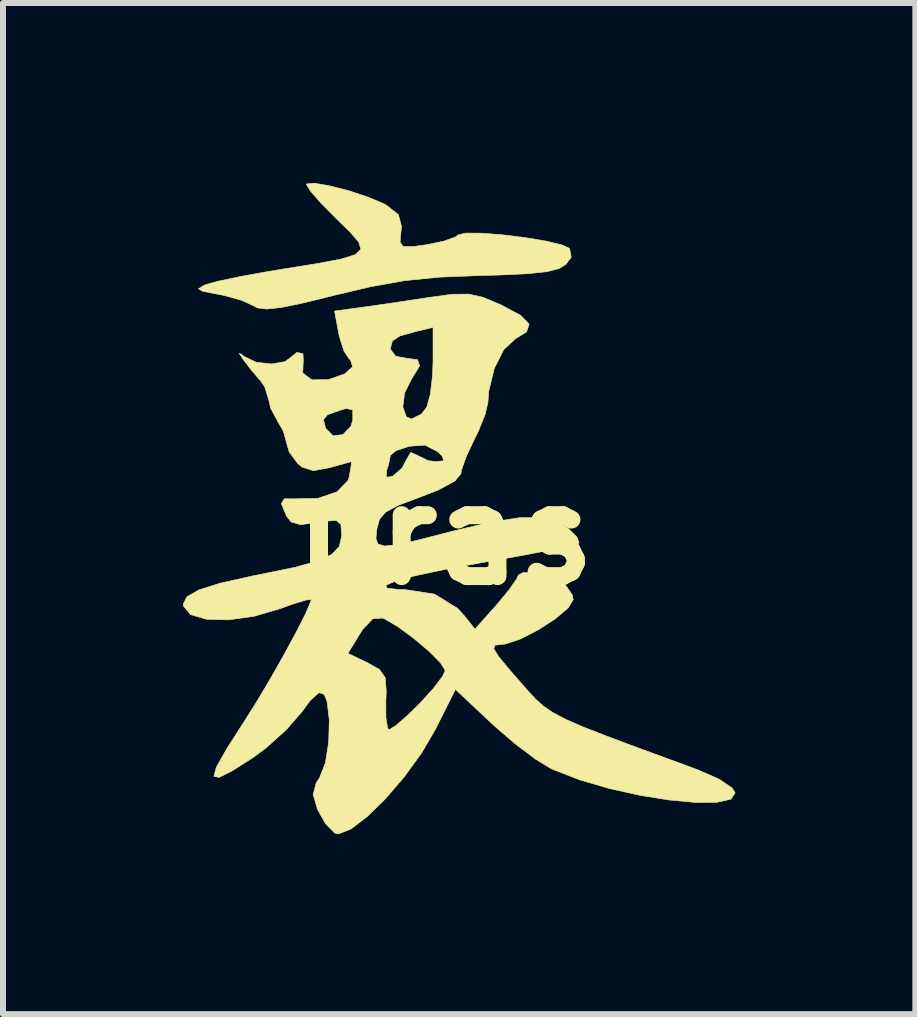
<source format=kicad_pcb>
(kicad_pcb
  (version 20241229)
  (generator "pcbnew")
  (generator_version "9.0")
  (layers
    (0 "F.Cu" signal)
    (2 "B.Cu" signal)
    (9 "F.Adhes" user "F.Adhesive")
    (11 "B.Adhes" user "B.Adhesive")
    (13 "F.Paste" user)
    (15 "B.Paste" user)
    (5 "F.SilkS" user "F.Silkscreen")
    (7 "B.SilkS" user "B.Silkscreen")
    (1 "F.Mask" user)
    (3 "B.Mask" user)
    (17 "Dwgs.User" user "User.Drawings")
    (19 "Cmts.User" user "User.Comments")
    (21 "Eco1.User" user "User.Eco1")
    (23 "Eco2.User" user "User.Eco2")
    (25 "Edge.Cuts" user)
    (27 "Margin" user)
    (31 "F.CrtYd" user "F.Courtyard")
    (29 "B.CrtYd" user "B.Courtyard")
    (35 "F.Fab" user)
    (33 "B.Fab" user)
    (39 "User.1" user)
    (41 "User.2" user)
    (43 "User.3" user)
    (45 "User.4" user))
  (footprint "uras"
    (layer "F.Cu")
    (at 4.374 5.867)
    (property "Reference" "uras" (at 0 0 0) (layer "F.SilkS") (effects (font (size 1.524 1.524) (thickness 0.3))))
    (attr through_hole)
    (fp_poly (pts (xy -1.925 -5.818) (xy -1.603 -5.735) (xy -1.28 -5.628) (xy -1.018 -5.516) (xy -0.983 -5.497) (xy -0.78 -5.338) (xy -0.729 -5.141) (xy -0.738 -5.051) (xy -0.753 -4.88) (xy -0.702 -4.807) (xy -0.534 -4.806) (xy -0.313 -4.836) (xy -0.023 -4.896) (xy 0.174 -4.967) (xy 0.212 -4.998) (xy 0.336 -5.03) (xy 0.601 -5.029) (xy 0.953 -5.002) (xy 1.333 -4.955) (xy 1.685 -4.896) (xy 1.953 -4.831) (xy 2.073 -4.775) (xy 2.101 -4.629) (xy 2.014 -4.511) (xy 1.898 -4.438) (xy 1.696 -4.387) (xy 1.375 -4.353) (xy 0.902 -4.331) (xy 0.596 -4.323) (xy -0.092 -4.296) (xy -0.675 -4.238) (xy -1.251 -4.135) (xy -1.841 -3.995) (xy -2.369 -3.865) (xy -2.737 -3.789) (xy -2.979 -3.764) (xy -3.13 -3.783) (xy -3.19 -3.815) (xy -3.394 -3.909) (xy -3.695 -3.992) (xy -3.787 -4.01) (xy -4.041 -4.059) (xy -4.116 -4.1) (xy -4.035 -4.152) (xy -3.982 -4.174) (xy -3.784 -4.228) (xy -3.441 -4.301) (xy -3.009 -4.38) (xy -2.72 -4.428) (xy -2.135 -4.522) (xy -1.733 -4.598) (xy -1.496 -4.672) (xy -1.406 -4.762) (xy -1.444 -4.884) (xy -1.594 -5.055) (xy -1.818 -5.273) (xy -2.073 -5.531) (xy -2.249 -5.734) (xy -2.314 -5.843) (xy -2.312 -5.85) (xy -2.182 -5.862) (xy -1.925 -5.818)) (stroke (width 0.01) (type solid)) (fill yes) (layer "F.SilkS"))
    (fp_poly (pts (xy 0.631 -3.959) (xy 0.918 -3.839) (xy 0.923 -3.837) (xy 1.257 -3.659) (xy 1.399 -3.513) (xy 1.356 -3.382) (xy 1.175 -3.272) (xy 0.977 -3.089) (xy 0.817 -2.771) (xy 0.724 -2.387) (xy 0.712 -2.206) (xy 0.666 -2.009) (xy 0.552 -1.725) (xy 0.488 -1.596) (xy 0.353 -1.309) (xy 0.271 -1.079) (xy 0.26 -1.016) (xy 0.161 -0.896) (xy -0.11 -0.749) (xy -0.422 -0.627) (xy -0.782 -0.491) (xy -0.992 -0.379) (xy -1.097 -0.257) (xy -1.141 -0.093) (xy -1.155 0.059) (xy -1.124 0.152) (xy -1.019 0.188) (xy -0.81 0.168) (xy -0.467 0.092) (xy 0.04 -0.038) (xy 0.096 -0.053) (xy 0.748 -0.208) (xy 1.243 -0.285) (xy 1.614 -0.285) (xy 1.891 -0.208) (xy 2.046 -0.11) (xy 2.198 0.041) (xy 2.232 0.138) (xy 2.231 0.139) (xy 2.117 0.175) (xy 1.838 0.236) (xy 1.431 0.317) (xy 0.932 0.408) (xy 0.658 0.456) (xy 0.011 0.574) (xy -0.485 0.68) (xy -0.821 0.77) (xy -0.988 0.841) (xy -0.976 0.89) (xy -0.775 0.913) (xy -0.674 0.914) (xy -0.179 0.99) (xy 0.203 1.225) (xy 0.324 1.358) (xy 0.496 1.574) (xy 0.858 1.168) (xy 1.06 0.925) (xy 1.191 0.738) (xy 1.219 0.673) (xy 1.302 0.629) (xy 1.5 0.643) (xy 1.739 0.702) (xy 1.946 0.791) (xy 1.997 0.826) (xy 2.117 1) (xy 2.134 1.081) (xy 2.049 1.221) (xy 1.836 1.401) (xy 1.551 1.586) (xy 1.254 1.738) (xy 1.003 1.822) (xy 0.939 1.829) (xy 0.83 1.841) (xy 0.809 1.899) (xy 0.89 2.031) (xy 1.088 2.27) (xy 1.219 2.419) (xy 1.375 2.598) (xy 1.506 2.74) (xy 1.639 2.859) (xy 1.798 2.967) (xy 2.009 3.078) (xy 2.298 3.204) (xy 2.69 3.357) (xy 3.211 3.552) (xy 3.886 3.799) (xy 4.208 3.918) (xy 4.566 4.074) (xy 4.784 4.223) (xy 4.834 4.304) (xy 4.763 4.409) (xy 4.532 4.461) (xy 4.178 4.464) (xy 3.736 4.423) (xy 3.242 4.344) (xy 2.733 4.23) (xy 2.243 4.087) (xy 1.808 3.918) (xy 1.756 3.894) (xy 1.5 3.738) (xy 1.168 3.487) (xy 0.825 3.192) (xy 0.777 3.148) (xy 0.171 2.578) (xy -0.164 3.245) (xy -0.395 3.64) (xy -0.682 4.036) (xy -0.994 4.399) (xy -1.301 4.7) (xy -1.572 4.907) (xy -1.778 4.988) (xy -1.841 4.975) (xy -1.996 4.818) (xy -2.13 4.58) (xy -2.202 4.333) (xy -2.152 4.14) (xy -2.093 4.047) (xy -1.998 3.804) (xy -1.943 3.455) (xy -1.933 3.085) (xy -1.971 2.777) (xy -2.017 2.663) (xy -2.105 2.632) (xy -2.25 2.762) (xy -2.389 2.949) (xy -2.643 3.244) (xy -2.983 3.551) (xy -3.204 3.715) (xy -3.555 3.939) (xy -3.772 4.046) (xy -3.858 4.028) (xy -3.816 3.875) (xy -3.648 3.577) (xy -3.367 3.138) (xy -3.146 2.788) (xy -2.907 2.386) (xy -2.676 1.978) (xy -1.622 1.978) (xy -1.293 2.136) (xy -1.094 2.249) (xy -1.002 2.381) (xy -0.983 2.607) (xy -0.99 2.772) (xy -0.989 3.052) (xy -0.96 3.225) (xy -0.935 3.251) (xy -0.826 3.184) (xy -0.626 3.01) (xy -0.428 2.816) (xy -0.199 2.565) (xy -0.044 2.36) (xy 0 2.264) (xy -0.076 2.139) (xy -0.267 1.946) (xy -0.522 1.73) (xy -0.786 1.535) (xy -1.006 1.405) (xy -1.044 1.389) (xy -1.209 1.401) (xy -1.377 1.578) (xy -1.423 1.651) (xy -1.622 1.978) (xy -2.676 1.978) (xy -2.674 1.974) (xy -2.469 1.595) (xy -2.317 1.292) (xy -2.24 1.106) (xy -2.235 1.079) (xy -2.32 1.088) (xy -2.54 1.155) (xy -2.744 1.229) (xy -3.189 1.36) (xy -3.615 1.419) (xy -3.981 1.409) (xy -4.245 1.332) (xy -4.366 1.188) (xy -4.369 1.155) (xy -4.307 1.033) (xy -4.109 0.92) (xy -3.754 0.808) (xy -3.223 0.689) (xy -3.051 0.655) (xy -2.501 0.542) (xy -2.124 0.437) (xy -1.889 0.326) (xy -1.766 0.194) (xy -1.728 0.027) (xy -1.727 0.001) (xy -1.74 -0.173) (xy -1.816 -0.239) (xy -2.011 -0.225) (xy -2.137 -0.203) (xy -2.416 -0.169) (xy -2.569 -0.213) (xy -2.645 -0.311) (xy -2.733 -0.518) (xy -2.682 -0.6) (xy -2.515 -0.599) (xy -2.117 -0.608) (xy -1.802 -0.717) (xy -1.62 -0.906) (xy -1.603 -0.959) (xy -0.984 -0.959) (xy -0.879 -0.973) (xy -0.718 -1.114) (xy -0.654 -1.239) (xy -0.575 -1.373) (xy -0.478 -1.331) (xy -0.288 -1.237) (xy -0.161 -1.219) (xy -0.021 -1.234) (xy -0.052 -1.312) (xy -0.119 -1.382) (xy -0.334 -1.494) (xy -0.598 -1.476) (xy -0.816 -1.404) (xy -0.914 -1.325) (xy -0.914 -1.321) (xy -0.948 -1.159) (xy -0.977 -1.074) (xy -0.984 -0.959) (xy -1.603 -0.959) (xy -1.6 -0.971) (xy -1.568 -1.158) (xy -1.564 -1.219) (xy -1.659 -1.194) (xy -1.876 -1.133) (xy -1.925 -1.119) (xy -2.198 -1.069) (xy -2.384 -1.127) (xy -2.458 -1.186) (xy -2.602 -1.381) (xy -2.642 -1.52) (xy -2.7 -1.731) (xy -2.791 -1.886) (xy -2.809 -1.92) (xy -2.031 -1.92) (xy -1.995 -1.778) (xy -1.994 -1.775) (xy -1.87 -1.65) (xy -1.705 -1.67) (xy -1.572 -1.812) (xy -1.541 -1.916) (xy -1.542 -2.083) (xy -1.652 -2.105) (xy -1.744 -2.08) (xy -1.963 -2.001) (xy -2.031 -1.92) (xy -2.809 -1.92) (xy -2.911 -2.11) (xy -2.943 -2.253) (xy -3.013 -2.474) (xy -3.073 -2.559) (xy -3.236 -2.75) (xy -3.348 -2.896) (xy -3.435 -3.025) (xy -3.395 -3.008) (xy -3.353 -2.972) (xy -3.152 -2.877) (xy -2.892 -2.848) (xy -2.67 -2.887) (xy -2.591 -2.946) (xy -2.473 -3.041) (xy -2.372 -3.019) (xy -2.367 -2.912) (xy -2.376 -2.698) (xy -2.225 -2.583) (xy -1.945 -2.588) (xy -1.944 -2.588) (xy -1.676 -2.682) (xy -1.545 -2.801) (xy -1.581 -2.917) (xy -1.603 -2.933) (xy -1.69 -3.068) (xy -1.698 -3.093) (xy -0.914 -3.093) (xy -0.826 -2.977) (xy -0.66 -2.946) (xy -0.46 -2.918) (xy -0.428 -2.815) (xy -0.555 -2.606) (xy -0.562 -2.597) (xy -0.678 -2.363) (xy -0.707 -2.131) (xy -0.648 -1.967) (xy -0.562 -1.93) (xy -0.399 -2.011) (xy -0.308 -2.127) (xy -0.249 -2.337) (xy -0.211 -2.662) (xy -0.203 -2.891) (xy -0.203 -3.458) (xy -0.483 -3.391) (xy -0.756 -3.315) (xy -0.881 -3.233) (xy -0.914 -3.11) (xy -0.914 -3.093) (xy -1.698 -3.093) (xy -1.768 -3.317) (xy -1.777 -3.364) (xy -1.846 -3.731) (xy -1.406 -3.79) (xy -1.066 -3.838) (xy -0.631 -3.902) (xy -0.27 -3.958) (xy 0.119 -4.01) (xy 0.392 -4.013) (xy 0.631 -3.959)) (stroke (width 0.01) (type solid)) (fill yes) (layer "F.SilkS")))
  (gr_rect
    (start -3 -3)
    (end 12.213 13.86)
    (stroke (width 0.1) (type default))
    (fill no)
    (layer "Edge.Cuts")))
</source>
